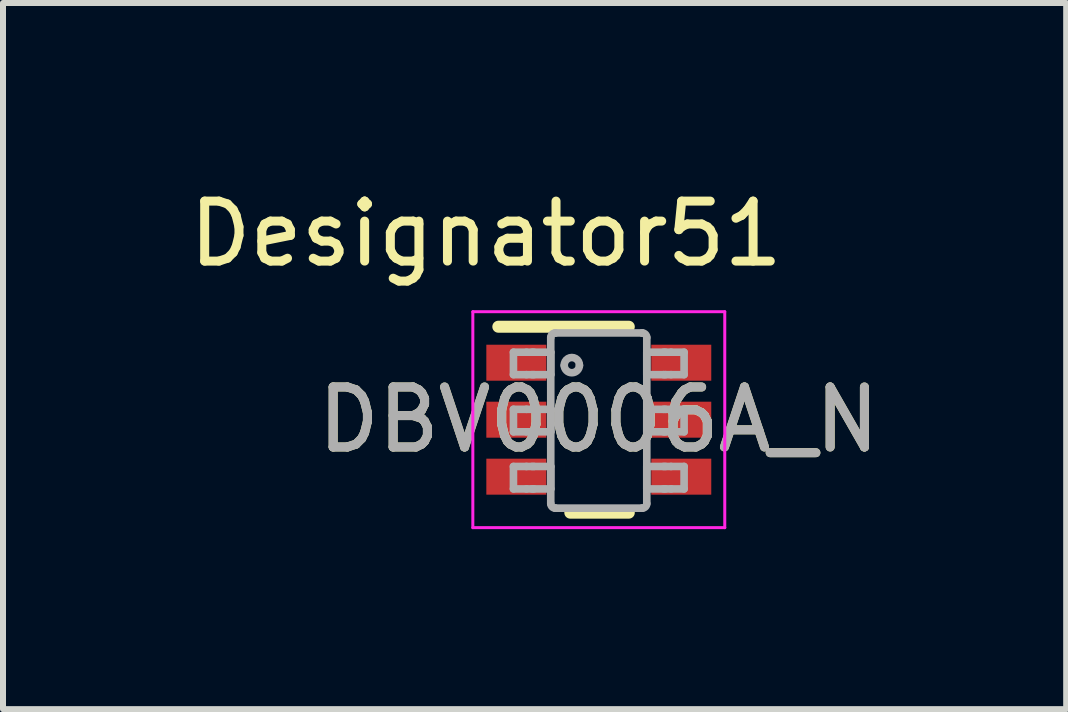
<source format=kicad_pcb>
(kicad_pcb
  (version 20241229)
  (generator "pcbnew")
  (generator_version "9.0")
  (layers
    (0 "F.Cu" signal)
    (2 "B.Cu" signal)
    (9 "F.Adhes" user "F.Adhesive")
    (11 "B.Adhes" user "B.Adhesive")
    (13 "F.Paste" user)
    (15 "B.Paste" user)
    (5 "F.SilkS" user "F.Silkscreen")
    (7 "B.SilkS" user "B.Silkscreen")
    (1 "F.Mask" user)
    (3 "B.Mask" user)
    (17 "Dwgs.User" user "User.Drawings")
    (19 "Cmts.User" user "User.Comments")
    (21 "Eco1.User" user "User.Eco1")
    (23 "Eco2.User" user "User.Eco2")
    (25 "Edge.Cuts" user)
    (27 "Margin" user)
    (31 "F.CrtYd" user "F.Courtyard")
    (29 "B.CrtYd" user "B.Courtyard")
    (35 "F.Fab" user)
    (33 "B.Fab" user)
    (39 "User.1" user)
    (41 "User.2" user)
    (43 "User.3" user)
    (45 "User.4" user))
  (footprint "DBV0006A_N"
    (layer "F.Cu")
    (at 6.933 3.947)
    (property "Reference" "DBV0006A_N" (at 0 0 0) (unlocked yes) (layer "F.SilkS") (effects (font (size 1 1) (thickness 0.15))))
    (attr smd)
    (fp_line (start -1.675 -1.55) (end 0.5 -1.55) (stroke (width 0.2) (type solid)) (layer "F.SilkS"))
    (fp_line (start -0.475 1.55) (end 0.5 1.55) (stroke (width 0.2) (type solid)) (layer "F.SilkS"))
    (fp_line (start -2.1 -1.8) (end -2.1 1.8) (stroke (width 0.05) (type default)) (layer "F.CrtYd"))
    (fp_line (start -2.1 -1.8) (end 2.1 -1.8) (stroke (width 0.05) (type default)) (layer "F.CrtYd"))
    (fp_line (start 2.1 -1.8) (end 2.1 1.8) (stroke (width 0.05) (type default)) (layer "F.CrtYd"))
    (fp_line (start 2.1 1.8) (end -2.1 1.8) (stroke (width 0.05) (type default)) (layer "F.CrtYd"))
    (fp_line (start -1.423 -1.125) (end -1.206 -1.125) (stroke (width 0.127) (type solid)) (layer "F.Fab"))
    (fp_line (start -1.423 -0.751) (end -1.423 -1.125) (stroke (width 0.127) (type solid)) (layer "F.Fab"))
    (fp_line (start -1.423 -0.751) (end -1.206 -0.751) (stroke (width 0.127) (type solid)) (layer "F.Fab"))
    (fp_line (start -1.423 -0.173) (end -1.206 -0.173) (stroke (width 0.127) (type solid)) (layer "F.Fab"))
    (fp_line (start -1.423 0.202) (end -1.423 -0.173) (stroke (width 0.127) (type solid)) (layer "F.Fab"))
    (fp_line (start -1.423 0.202) (end -1.206 0.202) (stroke (width 0.127) (type solid)) (layer "F.Fab"))
    (fp_line (start -1.423 0.78) (end -1.206 0.78) (stroke (width 0.127) (type solid)) (layer "F.Fab"))
    (fp_line (start -1.423 1.154) (end -1.423 0.78) (stroke (width 0.127) (type solid)) (layer "F.Fab"))
    (fp_line (start -1.423 1.154) (end -1.206 1.154) (stroke (width 0.127) (type solid)) (layer "F.Fab"))
    (fp_line (start -1.206 -1.125) (end -1.113 -1.125) (stroke (width 0.127) (type solid)) (layer "F.Fab"))
    (fp_line (start -1.206 -0.751) (end -1.113 -0.751) (stroke (width 0.127) (type solid)) (layer "F.Fab"))
    (fp_line (start -1.206 -0.173) (end -1.113 -0.173) (stroke (width 0.127) (type solid)) (layer "F.Fab"))
    (fp_line (start -1.206 0.202) (end -1.113 0.202) (stroke (width 0.127) (type solid)) (layer "F.Fab"))
    (fp_line (start -1.206 0.78) (end -1.113 0.78) (stroke (width 0.127) (type solid)) (layer "F.Fab"))
    (fp_line (start -1.206 1.154) (end -1.113 1.154) (stroke (width 0.127) (type solid)) (layer "F.Fab"))
    (fp_line (start -1.113 -1.125) (end -1.081 -1.125) (stroke (width 0.127) (type solid)) (layer "F.Fab"))
    (fp_line (start -1.113 -0.751) (end -1.081 -0.751) (stroke (width 0.127) (type solid)) (layer "F.Fab"))
    (fp_line (start -1.113 -0.173) (end -1.081 -0.173) (stroke (width 0.127) (type solid)) (layer "F.Fab"))
    (fp_line (start -1.113 0.202) (end -1.081 0.202) (stroke (width 0.127) (type solid)) (layer "F.Fab"))
    (fp_line (start -1.113 0.78) (end -1.081 0.78) (stroke (width 0.127) (type solid)) (layer "F.Fab"))
    (fp_line (start -1.113 1.154) (end -1.081 1.154) (stroke (width 0.127) (type solid)) (layer "F.Fab"))
    (fp_line (start -1.081 -1.125) (end -0.828 -1.125) (stroke (width 0.127) (type solid)) (layer "F.Fab"))
    (fp_line (start -1.081 -0.751) (end -0.828 -0.751) (stroke (width 0.127) (type solid)) (layer "F.Fab"))
    (fp_line (start -1.081 -0.173) (end -0.828 -0.173) (stroke (width 0.127) (type solid)) (layer "F.Fab"))
    (fp_line (start -1.081 0.202) (end -0.828 0.202) (stroke (width 0.127) (type solid)) (layer "F.Fab"))
    (fp_line (start -1.081 0.78) (end -0.828 0.78) (stroke (width 0.127) (type solid)) (layer "F.Fab"))
    (fp_line (start -1.081 1.154) (end -0.828 1.154) (stroke (width 0.127) (type solid)) (layer "F.Fab"))
    (fp_line (start -0.828 -1.125) (end -0.801 -1.125) (stroke (width 0.127) (type solid)) (layer "F.Fab"))
    (fp_line (start -0.828 -0.751) (end -0.801 -0.751) (stroke (width 0.127) (type solid)) (layer "F.Fab"))
    (fp_line (start -0.828 -0.173) (end -0.801 -0.173) (stroke (width 0.127) (type solid)) (layer "F.Fab"))
    (fp_line (start -0.828 0.202) (end -0.801 0.202) (stroke (width 0.127) (type solid)) (layer "F.Fab"))
    (fp_line (start -0.828 0.78) (end -0.801 0.78) (stroke (width 0.127) (type solid)) (layer "F.Fab"))
    (fp_line (start -0.828 1.154) (end -0.801 1.154) (stroke (width 0.127) (type solid)) (layer "F.Fab"))
    (fp_line (start -0.801 -0.751) (end -0.801 -1.125) (stroke (width 0.127) (type solid)) (layer "F.Fab"))
    (fp_line (start -0.801 0.202) (end -0.801 -0.173) (stroke (width 0.127) (type solid)) (layer "F.Fab"))
    (fp_line (start -0.801 1.154) (end -0.801 0.78) (stroke (width 0.127) (type solid)) (layer "F.Fab"))
    (fp_line (start -0.801 1.399) (end -0.801 -1.37) (stroke (width 0.127) (type solid)) (layer "F.Fab"))
    (fp_line (start -0.725 -1.446) (end -0.724 -1.446) (stroke (width 0.127) (type solid)) (layer "F.Fab"))
    (fp_line (start -0.725 1.475) (end -0.724 1.475) (stroke (width 0.127) (type solid)) (layer "F.Fab"))
    (fp_line (start -0.724 -1.446) (end 0.723 -1.446) (stroke (width 0.127) (type solid)) (layer "F.Fab"))
    (fp_line (start -0.724 1.475) (end 0.723 1.475) (stroke (width 0.127) (type solid)) (layer "F.Fab"))
    (fp_line (start 0.723 -1.446) (end 0.724 -1.446) (stroke (width 0.127) (type solid)) (layer "F.Fab"))
    (fp_line (start 0.723 1.475) (end 0.724 1.475) (stroke (width 0.127) (type solid)) (layer "F.Fab"))
    (fp_line (start 0.8 -1.125) (end 0.827 -1.125) (stroke (width 0.127) (type solid)) (layer "F.Fab"))
    (fp_line (start 0.8 -0.751) (end 0.8 -1.125) (stroke (width 0.127) (type solid)) (layer "F.Fab"))
    (fp_line (start 0.8 -0.751) (end 0.827 -0.751) (stroke (width 0.127) (type solid)) (layer "F.Fab"))
    (fp_line (start 0.8 -0.173) (end 0.827 -0.173) (stroke (width 0.127) (type solid)) (layer "F.Fab"))
    (fp_line (start 0.8 0.202) (end 0.8 -0.173) (stroke (width 0.127) (type solid)) (layer "F.Fab"))
    (fp_line (start 0.8 0.202) (end 0.827 0.202) (stroke (width 0.127) (type solid)) (layer "F.Fab"))
    (fp_line (start 0.8 0.78) (end 0.827 0.78) (stroke (width 0.127) (type solid)) (layer "F.Fab"))
    (fp_line (start 0.8 1.154) (end 0.8 0.78) (stroke (width 0.127) (type solid)) (layer "F.Fab"))
    (fp_line (start 0.8 1.154) (end 0.827 1.154) (stroke (width 0.127) (type solid)) (layer "F.Fab"))
    (fp_line (start 0.8 1.399) (end 0.8 -1.37) (stroke (width 0.127) (type solid)) (layer "F.Fab"))
    (fp_line (start 0.827 -1.125) (end 1.08 -1.125) (stroke (width 0.127) (type solid)) (layer "F.Fab"))
    (fp_line (start 0.827 -0.751) (end 1.08 -0.751) (stroke (width 0.127) (type solid)) (layer "F.Fab"))
    (fp_line (start 0.827 -0.173) (end 1.08 -0.173) (stroke (width 0.127) (type solid)) (layer "F.Fab"))
    (fp_line (start 0.827 0.202) (end 1.08 0.202) (stroke (width 0.127) (type solid)) (layer "F.Fab"))
    (fp_line (start 0.827 0.78) (end 1.08 0.78) (stroke (width 0.127) (type solid)) (layer "F.Fab"))
    (fp_line (start 0.827 1.154) (end 1.08 1.154) (stroke (width 0.127) (type solid)) (layer "F.Fab"))
    (fp_line (start 1.08 -1.125) (end 1.112 -1.125) (stroke (width 0.127) (type solid)) (layer "F.Fab"))
    (fp_line (start 1.08 -0.751) (end 1.112 -0.751) (stroke (width 0.127) (type solid)) (layer "F.Fab"))
    (fp_line (start 1.08 -0.173) (end 1.112 -0.173) (stroke (width 0.127) (type solid)) (layer "F.Fab"))
    (fp_line (start 1.08 0.202) (end 1.112 0.202) (stroke (width 0.127) (type solid)) (layer "F.Fab"))
    (fp_line (start 1.08 0.78) (end 1.112 0.78) (stroke (width 0.127) (type solid)) (layer "F.Fab"))
    (fp_line (start 1.08 1.154) (end 1.112 1.154) (stroke (width 0.127) (type solid)) (layer "F.Fab"))
    (fp_line (start 1.112 -1.125) (end 1.205 -1.125) (stroke (width 0.127) (type solid)) (layer "F.Fab"))
    (fp_line (start 1.112 -0.751) (end 1.205 -0.751) (stroke (width 0.127) (type solid)) (layer "F.Fab"))
    (fp_line (start 1.112 -0.173) (end 1.205 -0.173) (stroke (width 0.127) (type solid)) (layer "F.Fab"))
    (fp_line (start 1.112 0.202) (end 1.205 0.202) (stroke (width 0.127) (type solid)) (layer "F.Fab"))
    (fp_line (start 1.112 0.78) (end 1.205 0.78) (stroke (width 0.127) (type solid)) (layer "F.Fab"))
    (fp_line (start 1.112 1.154) (end 1.205 1.154) (stroke (width 0.127) (type solid)) (layer "F.Fab"))
    (fp_line (start 1.205 -1.125) (end 1.422 -1.125) (stroke (width 0.127) (type solid)) (layer "F.Fab"))
    (fp_line (start 1.205 -0.751) (end 1.422 -0.751) (stroke (width 0.127) (type solid)) (layer "F.Fab"))
    (fp_line (start 1.205 -0.173) (end 1.422 -0.173) (stroke (width 0.127) (type solid)) (layer "F.Fab"))
    (fp_line (start 1.205 0.202) (end 1.422 0.202) (stroke (width 0.127) (type solid)) (layer "F.Fab"))
    (fp_line (start 1.205 0.78) (end 1.422 0.78) (stroke (width 0.127) (type solid)) (layer "F.Fab"))
    (fp_line (start 1.205 1.154) (end 1.422 1.154) (stroke (width 0.127) (type solid)) (layer "F.Fab"))
    (fp_line (start 1.422 -0.751) (end 1.422 -1.125) (stroke (width 0.127) (type solid)) (layer "F.Fab"))
    (fp_line (start 1.422 0.202) (end 1.422 -0.173) (stroke (width 0.127) (type solid)) (layer "F.Fab"))
    (fp_line (start 1.422 1.154) (end 1.422 0.78) (stroke (width 0.127) (type solid)) (layer "F.Fab"))
    (fp_arc (start -0.800692 -1.369901) (mid -0.778512 -1.423533) (end -0.724999 -1.446) (stroke (width 0.127) (type solid)) (layer "F.Fab"))
    (fp_arc (start -0.724999 1.475002) (mid -0.778507 1.452548) (end -0.800692 1.398928) (stroke (width 0.127) (type solid)) (layer "F.Fab"))
    (fp_arc (start -0.576537 -0.906071) (mid -0.449562 -1.033046) (end -0.322588 -0.906071) (stroke (width 0.127) (type solid)) (layer "F.Fab"))
    (fp_arc (start -0.322588 -0.906071) (mid -0.449562 -0.779097) (end -0.576537 -0.906071) (stroke (width 0.127) (type solid)) (layer "F.Fab"))
    (fp_arc (start 0.723841 -1.446) (mid 0.777341 -1.423528) (end 0.799508 -1.369901) (stroke (width 0.127) (type solid)) (layer "F.Fab"))
    (fp_arc (start 0.799508 1.398928) (mid 0.777336 1.452543) (end 0.723841 1.475002) (stroke (width 0.127) (type solid)) (layer "F.Fab"))
    (fp_text user "Designator51" (at -1.88 -3.099 0) (unlocked yes) (layer "F.SilkS") (effects (font (size 1 1) (thickness 0.15))))
    (fp_text user "${REFERENCE}" (at 0 0 0) (unlocked yes) (layer "F.Fab") (effects (font (size 1 1) (thickness 0.15))))
    (pad "1" smd rect (at -1.375 -0.95 90) (size 0.6 1) (layers "F.Cu" "F.Mask" "F.Paste"))
    (pad "2" smd rect (at -1.375 0 90) (size 0.6 1) (layers "F.Cu" "F.Mask" "F.Paste"))
    (pad "3" smd rect (at -1.375 0.95 90) (size 0.6 1) (layers "F.Cu" "F.Mask" "F.Paste"))
    (pad "4" smd rect (at 1.375 0.95 90) (size 0.6 1) (layers "F.Cu" "F.Mask" "F.Paste"))
    (pad "5" smd rect (at 1.375 0 90) (size 0.6 1) (layers "F.Cu" "F.Mask" "F.Paste"))
    (pad "6" smd rect (at 1.375 -0.95 90) (size 0.6 1) (layers "F.Cu" "F.Mask" "F.Paste")))
  (gr_rect
    (start -3 -3)
    (end 14.725 8.772)
    (stroke (width 0.1) (type default))
    (fill no)
    (layer "Edge.Cuts")))
</source>
